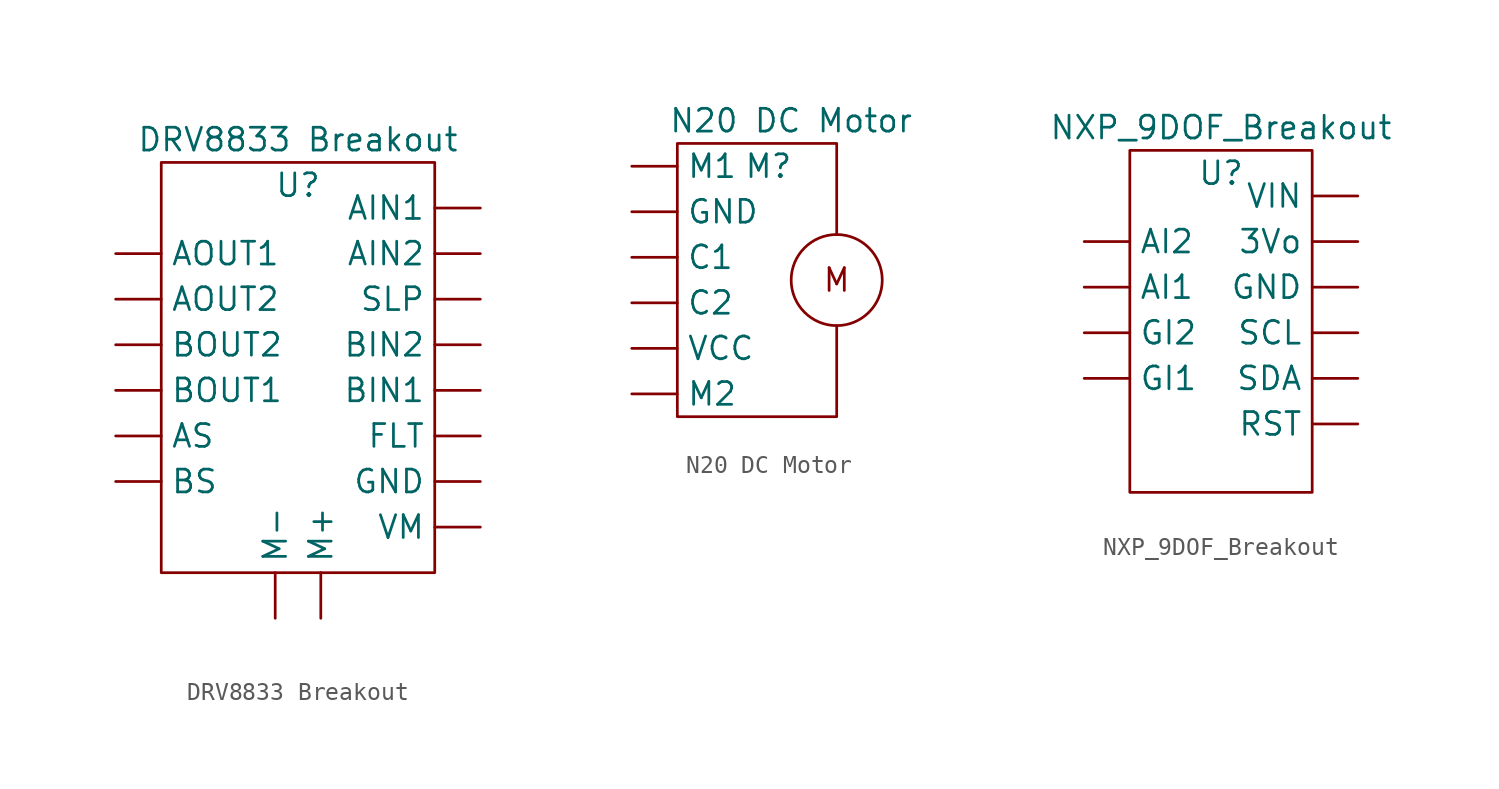
<source format=kicad_sym>
(kicad_symbol_lib
  (version 20211014)
  (generator kicad_symbol_editor)
  (symbol "DRV8833 Breakout"
    (property "Reference" "U"
      (at 7.62 21.59 0)
      (effects (font (size 1.27 1.27))))
    (property "Value" "DRV8833 Breakout"
      (at 7.62 24.13 0)
      (effects (font (size 1.27 1.27))))
    (symbol "DRV8833 Breakout_0_1"
      (rectangle (start 0 22.86) (end 15.24 0) (stroke (width 0) (type default) (color 0 0 0 0)) (fill (type none))))
    (symbol "DRV8833 Breakout_1_1"
      (pin input line (at 17.78 20.32 180) (length 2.54) (name "AIN1" (effects (font (size 1.27 1.27)))) (number "" (effects (font (size 1.27 1.27)))))
      (pin input line (at 17.78 17.78 180) (length 2.54) (name "AIN2" (effects (font (size 1.27 1.27)))) (number "" (effects (font (size 1.27 1.27)))))
      (pin output line (at -2.54 17.78 0) (length 2.54) (name "AOUT1" (effects (font (size 1.27 1.27)))) (number "" (effects (font (size 1.27 1.27)))))
      (pin output line (at -2.54 15.24 0) (length 2.54) (name "AOUT2" (effects (font (size 1.27 1.27)))) (number "" (effects (font (size 1.27 1.27)))))
      (pin unspecified line (at -2.54 7.62 0) (length 2.54) (name "AS" (effects (font (size 1.27 1.27)))) (number "" (effects (font (size 1.27 1.27)))))
      (pin input line (at 17.78 10.16 180) (length 2.54) (name "BIN1" (effects (font (size 1.27 1.27)))) (number "" (effects (font (size 1.27 1.27)))))
      (pin input line (at 17.78 12.7 180) (length 2.54) (name "BIN2" (effects (font (size 1.27 1.27)))) (number "" (effects (font (size 1.27 1.27)))))
      (pin output line (at -2.54 10.16 0) (length 2.54) (name "BOUT1" (effects (font (size 1.27 1.27)))) (number "" (effects (font (size 1.27 1.27)))))
      (pin output line (at -2.54 12.7 0) (length 2.54) (name "BOUT2" (effects (font (size 1.27 1.27)))) (number "" (effects (font (size 1.27 1.27)))))
      (pin unspecified line (at -2.54 5.08 0) (length 2.54) (name "BS" (effects (font (size 1.27 1.27)))) (number "" (effects (font (size 1.27 1.27)))))
      (pin input line (at 17.78 7.62 180) (length 2.54) (name "FLT" (effects (font (size 1.27 1.27)))) (number "" (effects (font (size 1.27 1.27)))))
      (pin passive line (at 17.78 5.08 180) (length 2.54) (name "GND" (effects (font (size 1.27 1.27)))) (number "" (effects (font (size 1.27 1.27)))))
      (pin input line (at 8.89 -2.54 90) (length 2.54) (name "M+" (effects (font (size 1.27 1.27)))) (number "" (effects (font (size 1.27 1.27)))))
      (pin input line (at 6.35 -2.54 90) (length 2.54) (name "M-" (effects (font (size 1.27 1.27)))) (number "" (effects (font (size 1.27 1.27)))))
      (pin input line (at 17.78 15.24 180) (length 2.54) (name "SLP" (effects (font (size 1.27 1.27)))) (number "" (effects (font (size 1.27 1.27)))))
      (pin power_in line (at 17.78 2.54 180) (length 2.54) (name "VM" (effects (font (size 1.27 1.27)))) (number "" (effects (font (size 1.27 1.27)))))))
  (symbol "N20 DC Motor"
    (property "Reference" "M"
      (at 6.35 15.24 0)
      (effects (font (size 1.27 1.27))))
    (property "Value" "N20 DC Motor"
      (at 7.62 17.78 0)
      (effects (font (size 1.27 1.27))))
    (symbol "N20 DC Motor_0_0"
      (polyline (pts (xy 10.16 6.35) (xy 10.16 1.27) (xy 1.27 1.27) (xy 1.27 16.51) (xy 10.16 16.51) (xy 10.16 11.43)) (stroke (width 0) (type default) (color 0 0 0 0)) (fill (type none)))
      (text "M" (at 10.16 8.89 0) (effects (font (size 1.27 1.27)))))
    (symbol "N20 DC Motor_0_1"
      (circle (center 10.16 8.89) (radius 2.54) (stroke (width 0) (type default) (color 0 0 0 0)) (fill (type none))))
    (symbol "N20 DC Motor_1_1"
      (pin output line (at -1.27 10.16 0) (length 2.54) (name "C1" (effects (font (size 1.27 1.27)))) (number "" (effects (font (size 1.27 1.27)))))
      (pin output line (at -1.27 7.62 0) (length 2.54) (name "C2" (effects (font (size 1.27 1.27)))) (number "" (effects (font (size 1.27 1.27)))))
      (pin passive line (at -1.27 12.7 0) (length 2.54) (name "GND" (effects (font (size 1.27 1.27)))) (number "" (effects (font (size 1.27 1.27)))))
      (pin input line (at -1.27 15.24 0) (length 2.54) (name "M1" (effects (font (size 1.27 1.27)))) (number "" (effects (font (size 1.27 1.27)))))
      (pin input line (at -1.27 2.54 0) (length 2.54) (name "M2" (effects (font (size 1.27 1.27)))) (number "" (effects (font (size 1.27 1.27)))))
      (pin power_in line (at -1.27 5.08 0) (length 2.54) (name "VCC" (effects (font (size 1.27 1.27)))) (number "" (effects (font (size 1.27 1.27)))))))
  (symbol "NXP_9DOF_Breakout"
    (property "Reference" "U"
      (at 5.08 17.78 0)
      (effects (font (size 1.27 1.27))))
    (property "Value" "NXP_9DOF_Breakout"
      (at 5.08 20.32 0)
      (effects (font (size 1.27 1.27))))
    (symbol "NXP_9DOF_Breakout_0_1"
      (rectangle (start 0 19.05) (end 10.16 0) (stroke (width 0) (type default) (color 0 0 0 0)) (fill (type none))))
    (symbol "NXP_9DOF_Breakout_1_1"
      (pin input line (at 12.7 13.97 180) (length 2.54) (name "3Vo" (effects (font (size 1.27 1.27)))) (number "" (effects (font (size 1.27 1.27)))))
      (pin output line (at -2.54 11.43 0) (length 2.54) (name "AI1" (effects (font (size 1.27 1.27)))) (number "" (effects (font (size 1.27 1.27)))))
      (pin output line (at -2.54 13.97 0) (length 2.54) (name "AI2" (effects (font (size 1.27 1.27)))) (number "" (effects (font (size 1.27 1.27)))))
      (pin output line (at -2.54 6.35 0) (length 2.54) (name "GI1" (effects (font (size 1.27 1.27)))) (number "" (effects (font (size 1.27 1.27)))))
      (pin output line (at -2.54 8.89 0) (length 2.54) (name "GI2" (effects (font (size 1.27 1.27)))) (number "" (effects (font (size 1.27 1.27)))))
      (pin input line (at 12.7 11.43 180) (length 2.54) (name "GND" (effects (font (size 1.27 1.27)))) (number "" (effects (font (size 1.27 1.27)))))
      (pin bidirectional line (at 12.7 3.81 180) (length 2.54) (name "RST" (effects (font (size 1.27 1.27)))) (number "" (effects (font (size 1.27 1.27)))))
      (pin input line (at 12.7 8.89 180) (length 2.54) (name "SCL" (effects (font (size 1.27 1.27)))) (number "" (effects (font (size 1.27 1.27)))))
      (pin bidirectional line (at 12.7 6.35 180) (length 2.54) (name "SDA" (effects (font (size 1.27 1.27)))) (number "" (effects (font (size 1.27 1.27)))))
      (pin input line (at 12.7 16.51 180) (length 2.54) (name "VIN" (effects (font (size 1.27 1.27)))) (number "" (effects (font (size 1.27 1.27))))))))
</source>
